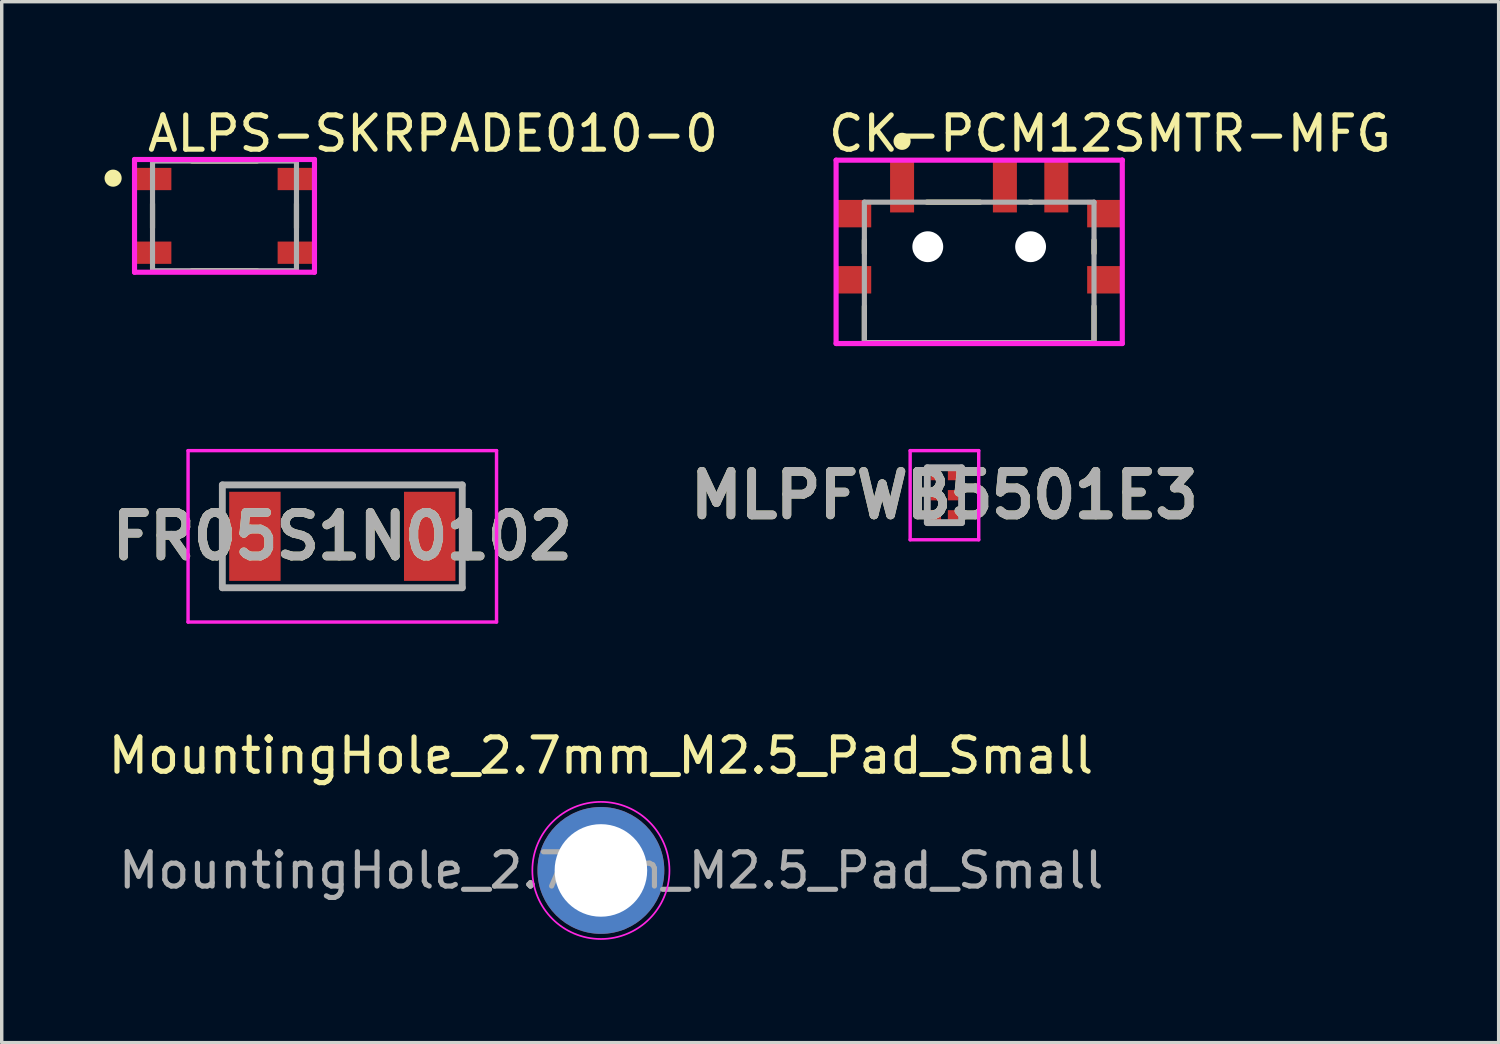
<source format=kicad_pcb>
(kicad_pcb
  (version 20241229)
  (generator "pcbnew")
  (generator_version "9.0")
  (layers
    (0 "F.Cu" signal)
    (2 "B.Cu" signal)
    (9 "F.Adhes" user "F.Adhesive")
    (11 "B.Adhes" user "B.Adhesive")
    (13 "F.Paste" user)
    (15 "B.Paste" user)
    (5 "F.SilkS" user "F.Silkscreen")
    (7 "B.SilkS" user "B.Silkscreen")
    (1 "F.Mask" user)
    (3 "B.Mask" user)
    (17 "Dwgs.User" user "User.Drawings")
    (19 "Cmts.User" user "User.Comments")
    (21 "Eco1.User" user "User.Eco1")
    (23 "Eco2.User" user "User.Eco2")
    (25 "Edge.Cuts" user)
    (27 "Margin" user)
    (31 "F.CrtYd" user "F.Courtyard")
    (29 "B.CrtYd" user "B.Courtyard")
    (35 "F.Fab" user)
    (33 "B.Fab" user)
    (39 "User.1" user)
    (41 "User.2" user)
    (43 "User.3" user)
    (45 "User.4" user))
  (footprint "MountingHole_2.7mm_M2.5_Pad_Small"
    (layer "F.Cu")
    (at 14.482 22.346)
    (property "Reference" "MountingHole_2.7mm_M2.5_Pad_Small" (at 0 -3.35 0) (layer "F.SilkS") (effects (font (size 1 1) (thickness 0.15))))
    (attr exclude_from_pos_files exclude_from_bom)
    (fp_circle (center 0 0) (end 2 0) (stroke (width 0.05) (type solid)) (fill no) (layer "F.CrtYd"))
    (fp_text user "${REFERENCE}" (at 0.3 0 0) (layer "F.Fab") (effects (font (size 1 1) (thickness 0.15))))
    (pad "1" thru_hole circle (at 0 0) (size 3.7 3.7) (drill 2.7) (layers "*.Cu" "*.Mask")))
  (footprint "FR05S1N0102"
    (layer "F.Cu")
    (at 6.937 12.598)
    (property "Reference" "FR05S1N0102" (at 0 0 0) (layer "F.SilkS") (effects (font (size 1.27 1.27) (thickness 0.254))))
    (attr smd)
    (fp_line (start -3.5 -1.5) (end 3.5 -1.5) (stroke (width 0.1) (type solid)) (layer "F.SilkS"))
    (fp_line (start -3.5 1.5) (end -3.5 -1.5) (stroke (width 0.1) (type solid)) (layer "F.SilkS"))
    (fp_line (start 3.5 -1.5) (end 3.5 1.5) (stroke (width 0.1) (type solid)) (layer "F.SilkS"))
    (fp_line (start 3.5 1.5) (end -3.5 1.5) (stroke (width 0.1) (type solid)) (layer "F.SilkS"))
    (fp_line (start -4.5 -2.5) (end 4.5 -2.5) (stroke (width 0.1) (type solid)) (layer "F.CrtYd"))
    (fp_line (start -4.5 2.5) (end -4.5 -2.5) (stroke (width 0.1) (type solid)) (layer "F.CrtYd"))
    (fp_line (start 4.5 -2.5) (end 4.5 2.5) (stroke (width 0.1) (type solid)) (layer "F.CrtYd"))
    (fp_line (start 4.5 2.5) (end -4.5 2.5) (stroke (width 0.1) (type solid)) (layer "F.CrtYd"))
    (fp_line (start -3.5 -1.5) (end 3.5 -1.5) (stroke (width 0.2) (type solid)) (layer "F.Fab"))
    (fp_line (start -3.5 1.5) (end -3.5 -1.5) (stroke (width 0.2) (type solid)) (layer "F.Fab"))
    (fp_line (start 3.5 -1.5) (end 3.5 1.5) (stroke (width 0.2) (type solid)) (layer "F.Fab"))
    (fp_line (start 3.5 1.5) (end -3.5 1.5) (stroke (width 0.2) (type solid)) (layer "F.Fab"))
    (fp_text user "${REFERENCE}" (at 0 0 0) (layer "F.Fab") (effects (font (size 1.27 1.27) (thickness 0.254))))
    (pad "1" smd rect (at -2.55 0) (size 1.5 2.6) (layers "F.Cu" "F.Mask" "F.Paste"))
    (pad "2" smd rect (at 2.55 0) (size 1.5 2.6) (layers "F.Cu" "F.Mask" "F.Paste")))
  (footprint "ALPS-SKRPADE010-0"
    (layer "F.Cu")
    (at 3.5 3.248)
    (property "Reference" "ALPS-SKRPADE010-0" (at -2.325 -2.4 0) (layer "F.SilkS") (effects (font (size 1 1) (thickness 0.15)) (justify left)))
    (attr through_hole)
    (fp_line (start -2.1 -0.35) (end -2.1 0.35) (stroke (width 0.15) (type solid)) (layer "F.SilkS"))
    (fp_line (start 0.95 -1.6) (end -0.95 -1.6) (stroke (width 0.15) (type solid)) (layer "F.SilkS"))
    (fp_line (start 0.95 1.6) (end -0.95 1.6) (stroke (width 0.15) (type solid)) (layer "F.SilkS"))
    (fp_line (start 2.1 -0.35) (end 2.1 0.35) (stroke (width 0.15) (type solid)) (layer "F.SilkS"))
    (fp_circle (center -3.25 -1.1) (end -3.125 -1.1) (stroke (width 0.25) (type solid)) (fill no) (layer "F.SilkS"))
    (fp_line (start -2.625 -1.645) (end -2.625 1.645) (stroke (width 0.15) (type solid)) (layer "F.CrtYd"))
    (fp_line (start -2.625 1.645) (end 2.625 1.645) (stroke (width 0.15) (type solid)) (layer "F.CrtYd"))
    (fp_line (start 2.625 -1.645) (end -2.625 -1.645) (stroke (width 0.15) (type solid)) (layer "F.CrtYd"))
    (fp_line (start 2.625 -1.645) (end 2.625 -1.645) (stroke (width 0.15) (type solid)) (layer "F.CrtYd"))
    (fp_line (start 2.625 1.645) (end 2.625 -1.645) (stroke (width 0.15) (type solid)) (layer "F.CrtYd"))
    (fp_line (start -2.1 -1.6) (end 2.1 -1.6) (stroke (width 0.15) (type solid)) (layer "F.Fab"))
    (fp_line (start -2.1 1.6) (end -2.1 -1.6) (stroke (width 0.15) (type solid)) (layer "F.Fab"))
    (fp_line (start 2.1 -1.6) (end 2.1 1.6) (stroke (width 0.15) (type solid)) (layer "F.Fab"))
    (fp_line (start 2.1 1.6) (end -2.1 1.6) (stroke (width 0.15) (type solid)) (layer "F.Fab"))
    (pad "1" smd rect (at -2.075 -1.075) (size 1.05 0.65) (layers "F.Cu" "F.Mask" "F.Paste"))
    (pad "2" smd rect (at 2.075 -1.075) (size 1.05 0.65) (layers "F.Cu" "F.Mask" "F.Paste"))
    (pad "3" smd rect (at -2.075 1.075) (size 1.05 0.65) (layers "F.Cu" "F.Mask" "F.Paste"))
    (pad "4" smd rect (at 2.075 1.075) (size 1.05 0.65) (layers "F.Cu" "F.Mask" "F.Paste")))
  (footprint "MLPFWB5501E3"
    (layer "F.Cu")
    (at 24.505 11.398)
    (property "Reference" "MLPFWB5501E3" (at 0 0 0) (layer "F.SilkS") (effects (font (size 1.27 1.27) (thickness 0.254))))
    (attr smd)
    (fp_line (start -0.8 -0.65) (end -0.8 -0.65) (stroke (width 0.1) (type solid)) (layer "F.SilkS"))
    (fp_line (start -0.8 -0.55) (end -0.8 -0.55) (stroke (width 0.1) (type solid)) (layer "F.SilkS"))
    (fp_arc (start -0.8 -0.65) (mid -0.75 -0.6) (end -0.8 -0.55) (stroke (width 0.1) (type solid)) (layer "F.SilkS"))
    (fp_arc (start -0.8 -0.55) (mid -0.85 -0.6) (end -0.8 -0.65) (stroke (width 0.1) (type solid)) (layer "F.SilkS"))
    (fp_line (start -1 -1.3) (end 1 -1.3) (stroke (width 0.1) (type solid)) (layer "F.CrtYd"))
    (fp_line (start -1 1.3) (end -1 -1.3) (stroke (width 0.1) (type solid)) (layer "F.CrtYd"))
    (fp_line (start 1 -1.3) (end 1 1.3) (stroke (width 0.1) (type solid)) (layer "F.CrtYd"))
    (fp_line (start 1 1.3) (end -1 1.3) (stroke (width 0.1) (type solid)) (layer "F.CrtYd"))
    (fp_line (start -0.5 -0.8) (end 0.5 -0.8) (stroke (width 0.2) (type solid)) (layer "F.Fab"))
    (fp_line (start -0.5 0.8) (end -0.5 -0.8) (stroke (width 0.2) (type solid)) (layer "F.Fab"))
    (fp_line (start 0.5 -0.8) (end 0.5 0.8) (stroke (width 0.2) (type solid)) (layer "F.Fab"))
    (fp_line (start 0.5 0.8) (end -0.5 0.8) (stroke (width 0.2) (type solid)) (layer "F.Fab"))
    (fp_text user "${REFERENCE}" (at 0 0 0) (layer "F.Fab") (effects (font (size 1.27 1.27) (thickness 0.254))))
    (pad "1" smd rect (at -0.25 -0.587 90) (size 0.3 0.3) (layers "F.Cu" "F.Mask" "F.Paste"))
    (pad "2" smd rect (at -0.25 0 90) (size 0.3 0.3) (layers "F.Cu" "F.Mask" "F.Paste"))
    (pad "3" smd rect (at -0.25 0.587 90) (size 0.3 0.3) (layers "F.Cu" "F.Mask" "F.Paste"))
    (pad "4" smd rect (at 0.25 0.587 90) (size 0.3 0.3) (layers "F.Cu" "F.Mask" "F.Paste"))
    (pad "5" smd rect (at 0.25 0 90) (size 0.3 0.3) (layers "F.Cu" "F.Mask" "F.Paste"))
    (pad "6" smd rect (at 0.25 -0.587 90) (size 0.3 0.3) (layers "F.Cu" "F.Mask" "F.Paste")))
  (footprint "CK-PCM12SMTR-MFG"
    (layer "F.Cu")
    (at 25.519 4.898)
    (property "Reference" "CK-PCM12SMTR-MFG" (at -4.475 -4.05 0) (layer "F.SilkS") (effects (font (size 1 1) (thickness 0.15)) (justify left)))
    (attr through_hole)
    (fp_line (start -3.35 -0.56) (end -3.35 -0.94) (stroke (width 0.15) (type solid)) (layer "F.SilkS"))
    (fp_line (start -3.35 2.05) (end -3.35 0.99) (stroke (width 0.15) (type solid)) (layer "F.SilkS"))
    (fp_line (start -3.35 2.05) (end 3.35 2.05) (stroke (width 0.15) (type solid)) (layer "F.SilkS"))
    (fp_line (start -1.525 -2.05) (end 0.025 -2.05) (stroke (width 0.15) (type solid)) (layer "F.SilkS"))
    (fp_line (start 1.475 -2.05) (end 1.525 -2.05) (stroke (width 0.15) (type solid)) (layer "F.SilkS"))
    (fp_line (start 3.35 -0.56) (end 3.35 -0.94) (stroke (width 0.15) (type solid)) (layer "F.SilkS"))
    (fp_line (start 3.35 2.05) (end 3.35 0.99) (stroke (width 0.15) (type solid)) (layer "F.SilkS"))
    (fp_circle (center -2.25 -3.825) (end -2.125 -3.825) (stroke (width 0.25) (type solid)) (fill no) (layer "F.SilkS"))
    (fp_line (start -4.175 -3.275) (end -4.175 2.075) (stroke (width 0.15) (type solid)) (layer "F.CrtYd"))
    (fp_line (start -4.175 2.075) (end 4.175 2.075) (stroke (width 0.15) (type solid)) (layer "F.CrtYd"))
    (fp_line (start 4.175 -3.275) (end -4.175 -3.275) (stroke (width 0.15) (type solid)) (layer "F.CrtYd"))
    (fp_line (start 4.175 -3.275) (end 4.175 -3.275) (stroke (width 0.15) (type solid)) (layer "F.CrtYd"))
    (fp_line (start 4.175 2.075) (end 4.175 -3.275) (stroke (width 0.15) (type solid)) (layer "F.CrtYd"))
    (fp_line (start -3.35 -2.05) (end 3.35 -2.05) (stroke (width 0.15) (type solid)) (layer "F.Fab"))
    (fp_line (start -3.35 2.05) (end -3.35 -2.05) (stroke (width 0.15) (type solid)) (layer "F.Fab"))
    (fp_line (start 3.35 -2.05) (end 3.35 2.05) (stroke (width 0.15) (type solid)) (layer "F.Fab"))
    (fp_line (start 3.35 2.05) (end -3.35 2.05) (stroke (width 0.15) (type solid)) (layer "F.Fab"))
    (pad "" np_thru_hole circle (at -1.5 -0.75) (size 0.9 0.9) (drill 0.9) (layers "*.Cu" "*.Mask"))
    (pad "" np_thru_hole circle (at 1.5 -0.75) (size 0.9 0.9) (drill 0.9) (layers "*.Cu" "*.Mask"))
    (pad "1" smd rect (at -2.25 -2.5) (size 0.7 1.5) (layers "F.Cu" "F.Mask" "F.Paste"))
    (pad "2" smd rect (at 0.75 -2.5) (size 0.7 1.5) (layers "F.Cu" "F.Mask" "F.Paste"))
    (pad "3" smd rect (at 2.25 -2.5) (size 0.7 1.5) (layers "F.Cu" "F.Mask" "F.Paste"))
    (pad "4" smd rect (at -3.65 -1.715) (size 1 0.8) (layers "F.Cu" "F.Mask" "F.Paste"))
    (pad "5" smd rect (at 3.65 -1.715) (size 1 0.8) (layers "F.Cu" "F.Mask" "F.Paste"))
    (pad "6" smd rect (at -3.65 0.215) (size 1 0.8) (layers "F.Cu" "F.Mask" "F.Paste"))
    (pad "7" smd rect (at 3.65 0.215) (size 1 0.8) (layers "F.Cu" "F.Mask" "F.Paste")))
  (gr_rect
    (start -3 -3)
    (end 40.675 27.371)
    (stroke (width 0.1) (type default))
    (fill no)
    (layer "Edge.Cuts")))
</source>
